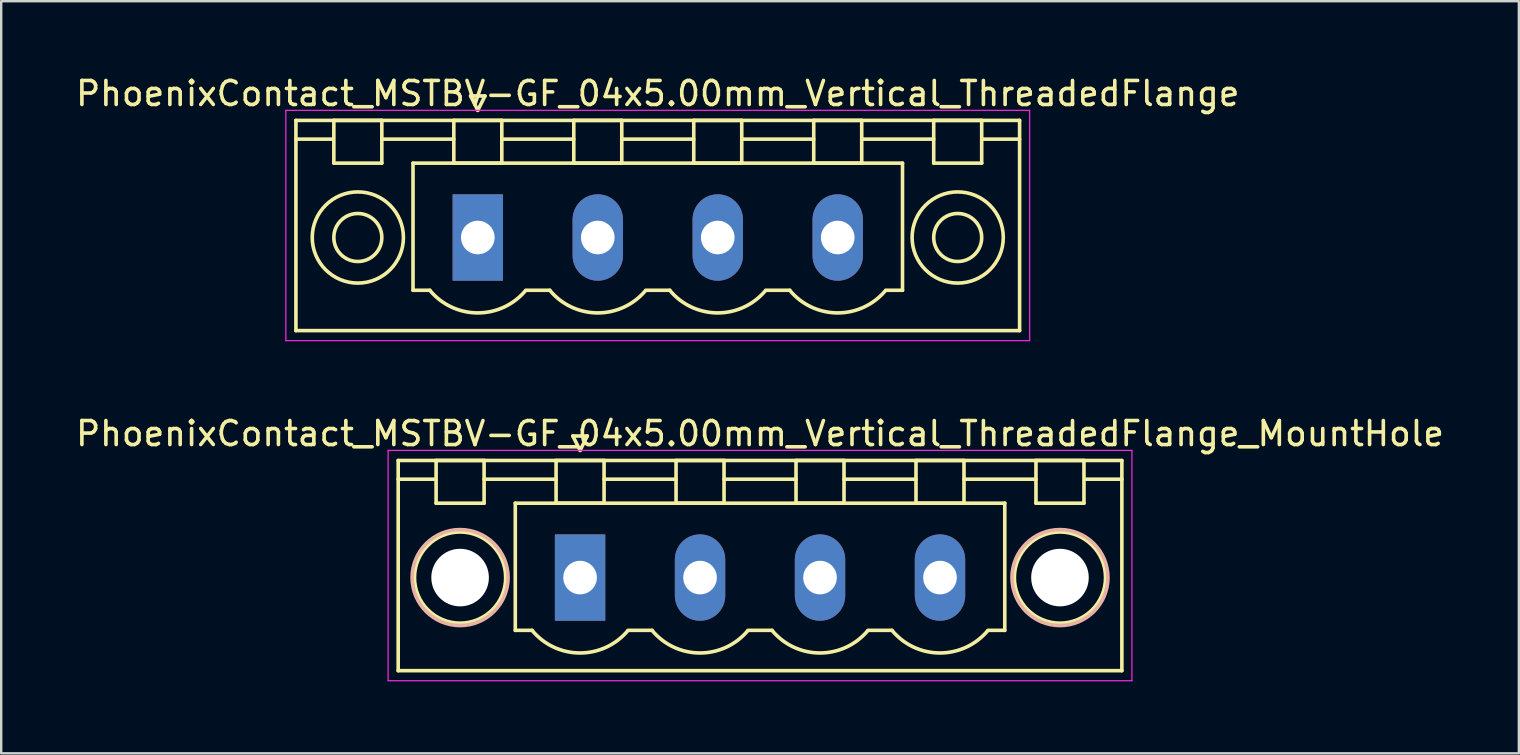
<source format=kicad_pcb>
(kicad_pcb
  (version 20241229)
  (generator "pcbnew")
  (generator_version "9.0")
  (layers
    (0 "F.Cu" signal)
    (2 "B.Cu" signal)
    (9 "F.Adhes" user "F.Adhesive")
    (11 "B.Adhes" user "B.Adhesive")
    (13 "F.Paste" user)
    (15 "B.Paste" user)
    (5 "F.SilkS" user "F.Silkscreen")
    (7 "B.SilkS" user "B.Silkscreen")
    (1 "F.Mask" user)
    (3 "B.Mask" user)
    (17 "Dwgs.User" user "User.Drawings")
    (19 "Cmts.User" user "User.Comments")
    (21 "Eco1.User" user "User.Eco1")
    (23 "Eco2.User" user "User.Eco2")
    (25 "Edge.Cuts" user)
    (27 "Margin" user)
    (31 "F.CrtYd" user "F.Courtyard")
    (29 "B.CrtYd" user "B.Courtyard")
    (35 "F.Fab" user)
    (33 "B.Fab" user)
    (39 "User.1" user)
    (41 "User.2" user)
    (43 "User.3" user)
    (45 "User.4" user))
  (footprint "PhoenixContact_MSTBV-GF_04x5.00mm_Vertical_ThreadedFlange_MountHole"
    (layer "F.Cu")
    (at 21.125 21.021)
    (property "Reference" "PhoenixContact_MSTBV-GF_04x5.00mm_Vertical_ThreadedFlange_MountHole" (at 7.5 -6 0) (layer "F.SilkS") (effects (font (size 1 1) (thickness 0.15))))
    (attr through_hole)
    (fp_line (start -7.58 -4.88) (end -7.58 3.88) (stroke (width 0.15) (type solid)) (layer "F.SilkS"))
    (fp_line (start -7.58 -4.1) (end -6.08 -4.1) (stroke (width 0.15) (type solid)) (layer "F.SilkS"))
    (fp_line (start -7.58 3.88) (end 22.58 3.88) (stroke (width 0.15) (type solid)) (layer "F.SilkS"))
    (fp_line (start -6 -4.88) (end -4 -4.88) (stroke (width 0.15) (type solid)) (layer "F.SilkS"))
    (fp_line (start -6 -3.1) (end -6 -4.88) (stroke (width 0.15) (type solid)) (layer "F.SilkS"))
    (fp_line (start -4 -4.88) (end -4 -3.1) (stroke (width 0.15) (type solid)) (layer "F.SilkS"))
    (fp_line (start -4 -4.1) (end -1 -4.1) (stroke (width 0.15) (type solid)) (layer "F.SilkS"))
    (fp_line (start -4 -3.1) (end -6 -3.1) (stroke (width 0.15) (type solid)) (layer "F.SilkS"))
    (fp_line (start -2.7 -3.1) (end 17.7 -3.1) (stroke (width 0.15) (type solid)) (layer "F.SilkS"))
    (fp_line (start -2.7 2.2) (end -2.7 -3.1) (stroke (width 0.15) (type solid)) (layer "F.SilkS"))
    (fp_line (start -2 2.2) (end -2.7 2.2) (stroke (width 0.15) (type solid)) (layer "F.SilkS"))
    (fp_line (start -1 -4.88) (end 1 -4.88) (stroke (width 0.15) (type solid)) (layer "F.SilkS"))
    (fp_line (start -1 -3.1) (end -1 -4.88) (stroke (width 0.15) (type solid)) (layer "F.SilkS"))
    (fp_line (start -0.3 -5.9) (end 0 -5.3) (stroke (width 0.15) (type solid)) (layer "F.SilkS"))
    (fp_line (start 0 -5.3) (end 0.3 -5.9) (stroke (width 0.15) (type solid)) (layer "F.SilkS"))
    (fp_line (start 0.3 -5.9) (end -0.3 -5.9) (stroke (width 0.15) (type solid)) (layer "F.SilkS"))
    (fp_line (start 1 -4.88) (end 1 -3.1) (stroke (width 0.15) (type solid)) (layer "F.SilkS"))
    (fp_line (start 1 -4.1) (end 4 -4.1) (stroke (width 0.15) (type solid)) (layer "F.SilkS"))
    (fp_line (start 1 -3.1) (end -1 -3.1) (stroke (width 0.15) (type solid)) (layer "F.SilkS"))
    (fp_line (start 2 2.2) (end 3 2.2) (stroke (width 0.15) (type solid)) (layer "F.SilkS"))
    (fp_line (start 4 -4.88) (end 6 -4.88) (stroke (width 0.15) (type solid)) (layer "F.SilkS"))
    (fp_line (start 4 -3.1) (end 4 -4.88) (stroke (width 0.15) (type solid)) (layer "F.SilkS"))
    (fp_line (start 6 -4.88) (end 6 -3.1) (stroke (width 0.15) (type solid)) (layer "F.SilkS"))
    (fp_line (start 6 -4.1) (end 9 -4.1) (stroke (width 0.15) (type solid)) (layer "F.SilkS"))
    (fp_line (start 6 -3.1) (end 4 -3.1) (stroke (width 0.15) (type solid)) (layer "F.SilkS"))
    (fp_line (start 7 2.2) (end 8 2.2) (stroke (width 0.15) (type solid)) (layer "F.SilkS"))
    (fp_line (start 9 -4.88) (end 11 -4.88) (stroke (width 0.15) (type solid)) (layer "F.SilkS"))
    (fp_line (start 9 -3.1) (end 9 -4.88) (stroke (width 0.15) (type solid)) (layer "F.SilkS"))
    (fp_line (start 11 -4.88) (end 11 -3.1) (stroke (width 0.15) (type solid)) (layer "F.SilkS"))
    (fp_line (start 11 -4.1) (end 14 -4.1) (stroke (width 0.15) (type solid)) (layer "F.SilkS"))
    (fp_line (start 11 -3.1) (end 9 -3.1) (stroke (width 0.15) (type solid)) (layer "F.SilkS"))
    (fp_line (start 12 2.2) (end 13 2.2) (stroke (width 0.15) (type solid)) (layer "F.SilkS"))
    (fp_line (start 14 -4.88) (end 16 -4.88) (stroke (width 0.15) (type solid)) (layer "F.SilkS"))
    (fp_line (start 14 -3.1) (end 14 -4.88) (stroke (width 0.15) (type solid)) (layer "F.SilkS"))
    (fp_line (start 16 -4.88) (end 16 -3.1) (stroke (width 0.15) (type solid)) (layer "F.SilkS"))
    (fp_line (start 16 -4.1) (end 19 -4.1) (stroke (width 0.15) (type solid)) (layer "F.SilkS"))
    (fp_line (start 16 -3.1) (end 14 -3.1) (stroke (width 0.15) (type solid)) (layer "F.SilkS"))
    (fp_line (start 17.7 -3.1) (end 17.7 2.2) (stroke (width 0.15) (type solid)) (layer "F.SilkS"))
    (fp_line (start 17.7 2.2) (end 17 2.2) (stroke (width 0.15) (type solid)) (layer "F.SilkS"))
    (fp_line (start 19 -4.88) (end 21 -4.88) (stroke (width 0.15) (type solid)) (layer "F.SilkS"))
    (fp_line (start 19 -3.1) (end 19 -4.88) (stroke (width 0.15) (type solid)) (layer "F.SilkS"))
    (fp_line (start 21 -4.88) (end 21 -3.1) (stroke (width 0.15) (type solid)) (layer "F.SilkS"))
    (fp_line (start 21 -3.1) (end 19 -3.1) (stroke (width 0.15) (type solid)) (layer "F.SilkS"))
    (fp_line (start 22.58 -4.88) (end -7.58 -4.88) (stroke (width 0.15) (type solid)) (layer "F.SilkS"))
    (fp_line (start 22.58 -4.1) (end 21.08 -4.1) (stroke (width 0.15) (type solid)) (layer "F.SilkS"))
    (fp_line (start 22.58 3.88) (end 22.58 -4.88) (stroke (width 0.15) (type solid)) (layer "F.SilkS"))
    (fp_arc (start 1.986842 2.215821) (mid -0.010289 3.142758) (end -2 2.2) (stroke (width 0.15) (type solid)) (layer "F.SilkS"))
    (fp_arc (start 6.986842 2.215821) (mid 4.989711 3.142758) (end 3 2.2) (stroke (width 0.15) (type solid)) (layer "F.SilkS"))
    (fp_arc (start 11.986842 2.215821) (mid 9.989711 3.142758) (end 8 2.2) (stroke (width 0.15) (type solid)) (layer "F.SilkS"))
    (fp_arc (start 16.986842 2.215821) (mid 14.989711 3.142758) (end 13 2.2) (stroke (width 0.15) (type solid)) (layer "F.SilkS"))
    (fp_circle (center -5 0) (end -3.1 0) (stroke (width 0.15) (type solid)) (fill no) (layer "F.SilkS"))
    (fp_circle (center 20 0) (end 21.9 0) (stroke (width 0.15) (type solid)) (fill no) (layer "F.SilkS"))
    (fp_circle (center -5 0) (end -3 0) (stroke (width 0.15) (type solid)) (fill no) (layer "B.SilkS"))
    (fp_circle (center 20 0) (end 22 0) (stroke (width 0.15) (type solid)) (fill no) (layer "B.SilkS"))
    (fp_line (start -8 -5.3) (end -8 4.3) (stroke (width 0.05) (type solid)) (layer "F.CrtYd"))
    (fp_line (start -8 4.3) (end 23 4.3) (stroke (width 0.05) (type solid)) (layer "F.CrtYd"))
    (fp_line (start 23 -5.3) (end -8 -5.3) (stroke (width 0.05) (type solid)) (layer "F.CrtYd"))
    (fp_line (start 23 4.3) (end 23 -5.3) (stroke (width 0.05) (type solid)) (layer "F.CrtYd"))
    (pad "" np_thru_hole circle (at -5 0) (size 2.4 2.4) (drill 2.4) (layers "*.Cu" "*.Mask"))
    (pad "" np_thru_hole circle (at 20 0) (size 2.4 2.4) (drill 2.4) (layers "*.Cu" "*.Mask"))
    (pad "1" thru_hole rect (at 0 0) (size 2.1 3.6) (drill 1.4) (layers "*.Cu" "*.Mask"))
    (pad "2" thru_hole oval (at 5 0) (size 2.1 3.6) (drill 1.4) (layers "*.Cu" "*.Mask"))
    (pad "3" thru_hole oval (at 10 0) (size 2.1 3.6) (drill 1.4) (layers "*.Cu" "*.Mask"))
    (pad "4" thru_hole oval (at 15 0) (size 2.1 3.6) (drill 1.4) (layers "*.Cu" "*.Mask")))
  (footprint "PhoenixContact_MSTBV-GF_04x5.00mm_Vertical_ThreadedFlange"
    (layer "F.Cu")
    (at 16.863 6.848)
    (property "Reference" "PhoenixContact_MSTBV-GF_04x5.00mm_Vertical_ThreadedFlange" (at 7.5 -6 0) (layer "F.SilkS") (effects (font (size 1 1) (thickness 0.15))))
    (attr through_hole)
    (fp_line (start -7.58 -4.88) (end -7.58 3.88) (stroke (width 0.15) (type solid)) (layer "F.SilkS"))
    (fp_line (start -7.58 -4.1) (end -6.08 -4.1) (stroke (width 0.15) (type solid)) (layer "F.SilkS"))
    (fp_line (start -7.58 3.88) (end 22.58 3.88) (stroke (width 0.15) (type solid)) (layer "F.SilkS"))
    (fp_line (start -6 -4.88) (end -4 -4.88) (stroke (width 0.15) (type solid)) (layer "F.SilkS"))
    (fp_line (start -6 -3.1) (end -6 -4.88) (stroke (width 0.15) (type solid)) (layer "F.SilkS"))
    (fp_line (start -4 -4.88) (end -4 -3.1) (stroke (width 0.15) (type solid)) (layer "F.SilkS"))
    (fp_line (start -4 -4.1) (end -1 -4.1) (stroke (width 0.15) (type solid)) (layer "F.SilkS"))
    (fp_line (start -4 -3.1) (end -6 -3.1) (stroke (width 0.15) (type solid)) (layer "F.SilkS"))
    (fp_line (start -2.7 -3.1) (end 17.7 -3.1) (stroke (width 0.15) (type solid)) (layer "F.SilkS"))
    (fp_line (start -2.7 2.2) (end -2.7 -3.1) (stroke (width 0.15) (type solid)) (layer "F.SilkS"))
    (fp_line (start -2 2.2) (end -2.7 2.2) (stroke (width 0.15) (type solid)) (layer "F.SilkS"))
    (fp_line (start -1 -4.88) (end 1 -4.88) (stroke (width 0.15) (type solid)) (layer "F.SilkS"))
    (fp_line (start -1 -3.1) (end -1 -4.88) (stroke (width 0.15) (type solid)) (layer "F.SilkS"))
    (fp_line (start -0.3 -5.9) (end 0 -5.3) (stroke (width 0.15) (type solid)) (layer "F.SilkS"))
    (fp_line (start 0 -5.3) (end 0.3 -5.9) (stroke (width 0.15) (type solid)) (layer "F.SilkS"))
    (fp_line (start 0.3 -5.9) (end -0.3 -5.9) (stroke (width 0.15) (type solid)) (layer "F.SilkS"))
    (fp_line (start 1 -4.88) (end 1 -3.1) (stroke (width 0.15) (type solid)) (layer "F.SilkS"))
    (fp_line (start 1 -4.1) (end 4 -4.1) (stroke (width 0.15) (type solid)) (layer "F.SilkS"))
    (fp_line (start 1 -3.1) (end -1 -3.1) (stroke (width 0.15) (type solid)) (layer "F.SilkS"))
    (fp_line (start 2 2.2) (end 3 2.2) (stroke (width 0.15) (type solid)) (layer "F.SilkS"))
    (fp_line (start 4 -4.88) (end 6 -4.88) (stroke (width 0.15) (type solid)) (layer "F.SilkS"))
    (fp_line (start 4 -3.1) (end 4 -4.88) (stroke (width 0.15) (type solid)) (layer "F.SilkS"))
    (fp_line (start 6 -4.88) (end 6 -3.1) (stroke (width 0.15) (type solid)) (layer "F.SilkS"))
    (fp_line (start 6 -4.1) (end 9 -4.1) (stroke (width 0.15) (type solid)) (layer "F.SilkS"))
    (fp_line (start 6 -3.1) (end 4 -3.1) (stroke (width 0.15) (type solid)) (layer "F.SilkS"))
    (fp_line (start 7 2.2) (end 8 2.2) (stroke (width 0.15) (type solid)) (layer "F.SilkS"))
    (fp_line (start 9 -4.88) (end 11 -4.88) (stroke (width 0.15) (type solid)) (layer "F.SilkS"))
    (fp_line (start 9 -3.1) (end 9 -4.88) (stroke (width 0.15) (type solid)) (layer "F.SilkS"))
    (fp_line (start 11 -4.88) (end 11 -3.1) (stroke (width 0.15) (type solid)) (layer "F.SilkS"))
    (fp_line (start 11 -4.1) (end 14 -4.1) (stroke (width 0.15) (type solid)) (layer "F.SilkS"))
    (fp_line (start 11 -3.1) (end 9 -3.1) (stroke (width 0.15) (type solid)) (layer "F.SilkS"))
    (fp_line (start 12 2.2) (end 13 2.2) (stroke (width 0.15) (type solid)) (layer "F.SilkS"))
    (fp_line (start 14 -4.88) (end 16 -4.88) (stroke (width 0.15) (type solid)) (layer "F.SilkS"))
    (fp_line (start 14 -3.1) (end 14 -4.88) (stroke (width 0.15) (type solid)) (layer "F.SilkS"))
    (fp_line (start 16 -4.88) (end 16 -3.1) (stroke (width 0.15) (type solid)) (layer "F.SilkS"))
    (fp_line (start 16 -4.1) (end 19 -4.1) (stroke (width 0.15) (type solid)) (layer "F.SilkS"))
    (fp_line (start 16 -3.1) (end 14 -3.1) (stroke (width 0.15) (type solid)) (layer "F.SilkS"))
    (fp_line (start 17.7 -3.1) (end 17.7 2.2) (stroke (width 0.15) (type solid)) (layer "F.SilkS"))
    (fp_line (start 17.7 2.2) (end 17 2.2) (stroke (width 0.15) (type solid)) (layer "F.SilkS"))
    (fp_line (start 19 -4.88) (end 21 -4.88) (stroke (width 0.15) (type solid)) (layer "F.SilkS"))
    (fp_line (start 19 -3.1) (end 19 -4.88) (stroke (width 0.15) (type solid)) (layer "F.SilkS"))
    (fp_line (start 21 -4.88) (end 21 -3.1) (stroke (width 0.15) (type solid)) (layer "F.SilkS"))
    (fp_line (start 21 -3.1) (end 19 -3.1) (stroke (width 0.15) (type solid)) (layer "F.SilkS"))
    (fp_line (start 22.58 -4.88) (end -7.58 -4.88) (stroke (width 0.15) (type solid)) (layer "F.SilkS"))
    (fp_line (start 22.58 -4.1) (end 21.08 -4.1) (stroke (width 0.15) (type solid)) (layer "F.SilkS"))
    (fp_line (start 22.58 3.88) (end 22.58 -4.88) (stroke (width 0.15) (type solid)) (layer "F.SilkS"))
    (fp_arc (start 1.986842 2.215821) (mid -0.010289 3.142758) (end -2 2.2) (stroke (width 0.15) (type solid)) (layer "F.SilkS"))
    (fp_arc (start 6.986842 2.215821) (mid 4.989711 3.142758) (end 3 2.2) (stroke (width 0.15) (type solid)) (layer "F.SilkS"))
    (fp_arc (start 11.986842 2.215821) (mid 9.989711 3.142758) (end 8 2.2) (stroke (width 0.15) (type solid)) (layer "F.SilkS"))
    (fp_arc (start 16.986842 2.215821) (mid 14.989711 3.142758) (end 13 2.2) (stroke (width 0.15) (type solid)) (layer "F.SilkS"))
    (fp_circle (center -5 0) (end -4 0) (stroke (width 0.15) (type solid)) (fill no) (layer "F.SilkS"))
    (fp_circle (center -5 0) (end -3.1 0) (stroke (width 0.15) (type solid)) (fill no) (layer "F.SilkS"))
    (fp_circle (center 20 0) (end 21 0) (stroke (width 0.15) (type solid)) (fill no) (layer "F.SilkS"))
    (fp_circle (center 20 0) (end 21.9 0) (stroke (width 0.15) (type solid)) (fill no) (layer "F.SilkS"))
    (fp_line (start -8 -5.3) (end -8 4.3) (stroke (width 0.05) (type solid)) (layer "F.CrtYd"))
    (fp_line (start -8 4.3) (end 23 4.3) (stroke (width 0.05) (type solid)) (layer "F.CrtYd"))
    (fp_line (start 23 -5.3) (end -8 -5.3) (stroke (width 0.05) (type solid)) (layer "F.CrtYd"))
    (fp_line (start 23 4.3) (end 23 -5.3) (stroke (width 0.05) (type solid)) (layer "F.CrtYd"))
    (pad "1" thru_hole rect (at 0 0) (size 2.1 3.6) (drill 1.4) (layers "*.Cu" "*.Mask"))
    (pad "2" thru_hole oval (at 5 0) (size 2.1 3.6) (drill 1.4) (layers "*.Cu" "*.Mask"))
    (pad "3" thru_hole oval (at 10 0) (size 2.1 3.6) (drill 1.4) (layers "*.Cu" "*.Mask"))
    (pad "4" thru_hole oval (at 15 0) (size 2.1 3.6) (drill 1.4) (layers "*.Cu" "*.Mask")))
  (gr_rect
    (start -3 -3)
    (end 60.25 28.346)
    (stroke (width 0.1) (type default))
    (fill no)
    (layer "Edge.Cuts")))
</source>
